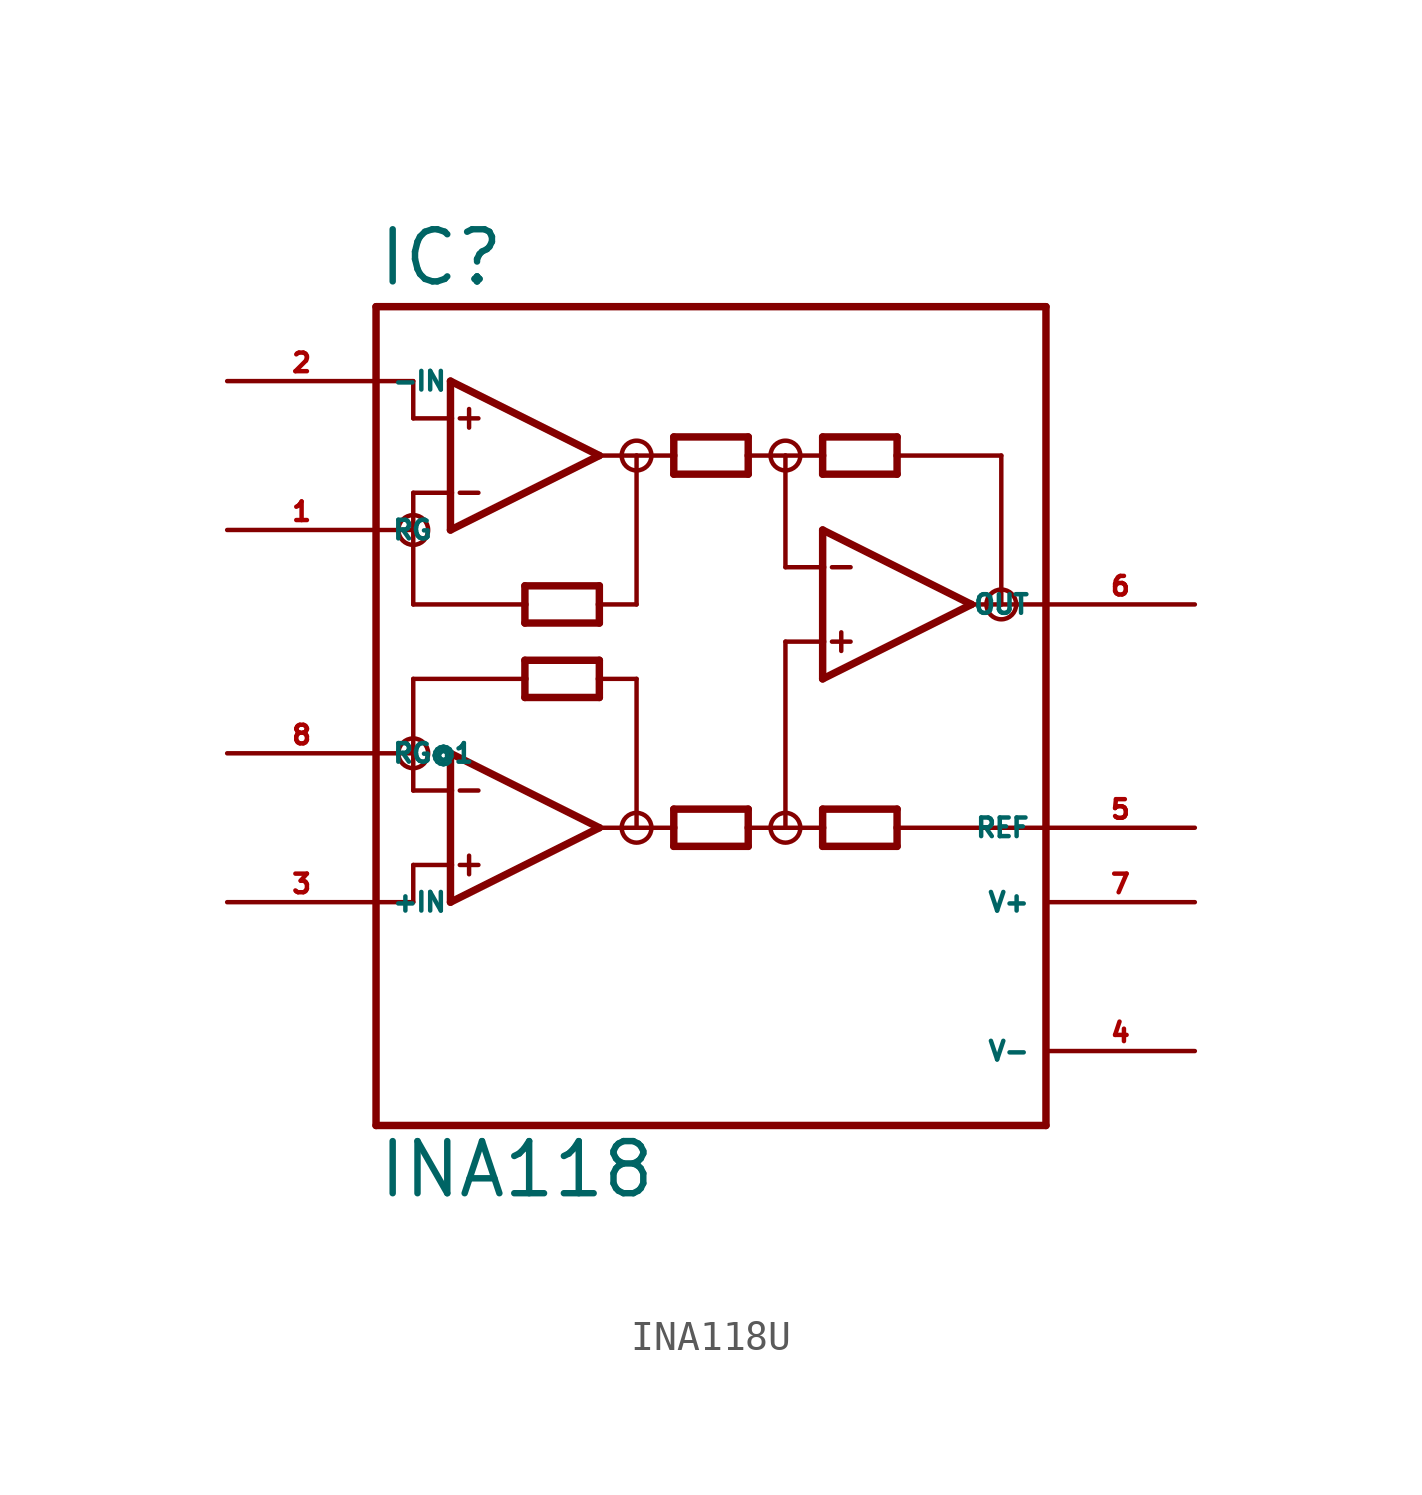
<source format=kicad_sym>
(kicad_symbol_lib
  (version 20220914)
  (generator Eagle2Kicad)
  (symbol "INA118U"
    (property "Reference" "IC"
      (at -12.7 15.875 0)
      (effects (font (size 1.778 1.778) (thickness 0.22)) (justify left bottom)))
    (property "Value" "INA118"
      (at -12.7 -15.24 0)
      (effects (font (size 1.778 1.778) (thickness 0.22)) (justify left bottom)))
    (polyline
      (pts (xy -10.16 7.62) (xy -10.16 8.89))
      (stroke (width 0.254) (type default))
      (fill (type none)))
    (polyline
      (pts (xy -10.16 8.89) (xy -10.16 11.43))
      (stroke (width 0.254) (type default))
      (fill (type none)))
    (polyline
      (pts (xy -10.16 11.43) (xy -10.16 12.7))
      (stroke (width 0.254) (type default))
      (fill (type none)))
    (polyline
      (pts (xy -10.16 12.7) (xy -5.08 10.16))
      (stroke (width 0.254) (type default))
      (fill (type none)))
    (polyline
      (pts (xy -5.08 10.16) (xy -10.16 7.62))
      (stroke (width 0.254) (type default))
      (fill (type none)))
    (polyline
      (pts (xy -5.08 4.445) (xy -5.08 5.08))
      (stroke (width 0.254) (type default))
      (fill (type none)))
    (polyline
      (pts (xy -5.08 5.08) (xy -5.08 5.715))
      (stroke (width 0.254) (type default))
      (fill (type none)))
    (polyline
      (pts (xy -5.08 5.715) (xy -7.62 5.715))
      (stroke (width 0.254) (type default))
      (fill (type none)))
    (polyline
      (pts (xy -7.62 5.715) (xy -7.62 5.08))
      (stroke (width 0.254) (type default))
      (fill (type none)))
    (polyline
      (pts (xy -7.62 5.08) (xy -7.62 4.445))
      (stroke (width 0.254) (type default))
      (fill (type none)))
    (polyline
      (pts (xy -7.62 4.445) (xy -5.08 4.445))
      (stroke (width 0.254) (type default))
      (fill (type none)))
    (polyline
      (pts (xy -2.54 9.525) (xy -2.54 10.16))
      (stroke (width 0.254) (type default))
      (fill (type none)))
    (polyline
      (pts (xy -2.54 10.16) (xy -2.54 10.795))
      (stroke (width 0.254) (type default))
      (fill (type none)))
    (polyline
      (pts (xy -2.54 10.795) (xy 0 10.795))
      (stroke (width 0.254) (type default))
      (fill (type none)))
    (polyline
      (pts (xy 0 10.795) (xy 0 10.16))
      (stroke (width 0.254) (type default))
      (fill (type none)))
    (polyline
      (pts (xy 0 10.16) (xy 0 9.525))
      (stroke (width 0.254) (type default))
      (fill (type none)))
    (polyline
      (pts (xy 0 9.525) (xy -2.54 9.525))
      (stroke (width 0.254) (type default))
      (fill (type none)))
    (polyline
      (pts (xy -10.16 11.43) (xy -11.43 11.43))
      (stroke (width 0.152) (type default))
      (fill (type none)))
    (polyline
      (pts (xy 5.08 10.795) (xy 5.08 10.16))
      (stroke (width 0.254) (type default))
      (fill (type none)))
    (polyline
      (pts (xy 5.08 10.16) (xy 5.08 9.525))
      (stroke (width 0.254) (type default))
      (fill (type none)))
    (polyline
      (pts (xy 5.08 9.525) (xy 2.54 9.525))
      (stroke (width 0.254) (type default))
      (fill (type none)))
    (polyline
      (pts (xy 2.54 9.525) (xy 2.54 10.16))
      (stroke (width 0.254) (type default))
      (fill (type none)))
    (polyline
      (pts (xy 2.54 10.16) (xy 2.54 10.795))
      (stroke (width 0.254) (type default))
      (fill (type none)))
    (polyline
      (pts (xy 2.54 10.795) (xy 5.08 10.795))
      (stroke (width 0.254) (type default))
      (fill (type none)))
    (polyline
      (pts (xy 2.54 -1.905) (xy 2.54 -2.54))
      (stroke (width 0.254) (type default))
      (fill (type none)))
    (polyline
      (pts (xy 2.54 -2.54) (xy 2.54 -3.175))
      (stroke (width 0.254) (type default))
      (fill (type none)))
    (polyline
      (pts (xy 2.54 -3.175) (xy 5.08 -3.175))
      (stroke (width 0.254) (type default))
      (fill (type none)))
    (polyline
      (pts (xy 5.08 -3.175) (xy 5.08 -2.54))
      (stroke (width 0.254) (type default))
      (fill (type none)))
    (polyline
      (pts (xy 5.08 -2.54) (xy 5.08 -1.905))
      (stroke (width 0.254) (type default))
      (fill (type none)))
    (polyline
      (pts (xy 5.08 -1.905) (xy 2.54 -1.905))
      (stroke (width 0.254) (type default))
      (fill (type none)))
    (polyline
      (pts (xy -10.16 8.89) (xy -11.43 8.89))
      (stroke (width 0.152) (type default))
      (fill (type none)))
    (polyline
      (pts (xy -9.842 11.43) (xy -9.207 11.43))
      (stroke (width 0.152) (type default))
      (fill (type none)))
    (polyline
      (pts (xy -9.842 8.89) (xy -9.207 8.89))
      (stroke (width 0.152) (type default))
      (fill (type none)))
    (polyline
      (pts (xy -9.525 11.748) (xy -9.525 11.113))
      (stroke (width 0.152) (type default))
      (fill (type none)))
    (polyline
      (pts (xy -12.7 -12.7) (xy 10.16 -12.7))
      (stroke (width 0.254) (type default))
      (fill (type none)))
    (polyline
      (pts (xy 10.16 -12.7) (xy 10.16 -2.54))
      (stroke (width 0.254) (type default))
      (fill (type none)))
    (polyline
      (pts (xy 10.16 -2.54) (xy 10.16 5.08))
      (stroke (width 0.254) (type default))
      (fill (type none)))
    (polyline
      (pts (xy 10.16 5.08) (xy 10.16 15.24))
      (stroke (width 0.254) (type default))
      (fill (type none)))
    (polyline
      (pts (xy 10.16 15.24) (xy -12.7 15.24))
      (stroke (width 0.254) (type default))
      (fill (type none)))
    (polyline
      (pts (xy -12.7 15.24) (xy -12.7 12.7))
      (stroke (width 0.254) (type default))
      (fill (type none)))
    (polyline
      (pts (xy -12.7 12.7) (xy -12.7 7.62))
      (stroke (width 0.254) (type default))
      (fill (type none)))
    (polyline
      (pts (xy -12.7 7.62) (xy -12.7 0))
      (stroke (width 0.254) (type default))
      (fill (type none)))
    (polyline
      (pts (xy -12.7 0) (xy -12.7 -5.08))
      (stroke (width 0.254) (type default))
      (fill (type none)))
    (polyline
      (pts (xy -12.7 -5.08) (xy -12.7 -12.7))
      (stroke (width 0.254) (type default))
      (fill (type none)))
    (polyline
      (pts (xy -10.16 -5.08) (xy -10.16 -3.81))
      (stroke (width 0.254) (type default))
      (fill (type none)))
    (polyline
      (pts (xy -10.16 -3.81) (xy -10.16 -1.27))
      (stroke (width 0.254) (type default))
      (fill (type none)))
    (polyline
      (pts (xy -10.16 -1.27) (xy -10.16 0))
      (stroke (width 0.254) (type default))
      (fill (type none)))
    (polyline
      (pts (xy -10.16 0) (xy -5.08 -2.54))
      (stroke (width 0.254) (type default))
      (fill (type none)))
    (polyline
      (pts (xy -5.08 -2.54) (xy -10.16 -5.08))
      (stroke (width 0.254) (type default))
      (fill (type none)))
    (polyline
      (pts (xy 0 -3.175) (xy 0 -2.54))
      (stroke (width 0.254) (type default))
      (fill (type none)))
    (polyline
      (pts (xy 0 -2.54) (xy 0 -1.905))
      (stroke (width 0.254) (type default))
      (fill (type none)))
    (polyline
      (pts (xy 0 -1.905) (xy -2.54 -1.905))
      (stroke (width 0.254) (type default))
      (fill (type none)))
    (polyline
      (pts (xy -2.54 -1.905) (xy -2.54 -2.54))
      (stroke (width 0.254) (type default))
      (fill (type none)))
    (polyline
      (pts (xy -2.54 -2.54) (xy -2.54 -3.175))
      (stroke (width 0.254) (type default))
      (fill (type none)))
    (polyline
      (pts (xy -2.54 -3.175) (xy 0 -3.175))
      (stroke (width 0.254) (type default))
      (fill (type none)))
    (polyline
      (pts (xy -7.62 1.905) (xy -7.62 2.54))
      (stroke (width 0.254) (type default))
      (fill (type none)))
    (polyline
      (pts (xy -7.62 2.54) (xy -7.62 3.175))
      (stroke (width 0.254) (type default))
      (fill (type none)))
    (polyline
      (pts (xy -7.62 3.175) (xy -5.08 3.175))
      (stroke (width 0.254) (type default))
      (fill (type none)))
    (polyline
      (pts (xy -5.08 3.175) (xy -5.08 2.54))
      (stroke (width 0.254) (type default))
      (fill (type none)))
    (polyline
      (pts (xy -5.08 2.54) (xy -5.08 1.905))
      (stroke (width 0.254) (type default))
      (fill (type none)))
    (polyline
      (pts (xy -5.08 1.905) (xy -7.62 1.905))
      (stroke (width 0.254) (type default))
      (fill (type none)))
    (polyline
      (pts (xy -10.16 -1.27) (xy -11.43 -1.27))
      (stroke (width 0.152) (type default))
      (fill (type none)))
    (polyline
      (pts (xy -10.16 -3.81) (xy -11.43 -3.81))
      (stroke (width 0.152) (type default))
      (fill (type none)))
    (polyline
      (pts (xy -9.842 -1.27) (xy -9.207 -1.27))
      (stroke (width 0.152) (type default))
      (fill (type none)))
    (polyline
      (pts (xy -9.842 -3.81) (xy -9.207 -3.81))
      (stroke (width 0.152) (type default))
      (fill (type none)))
    (polyline
      (pts (xy -9.525 -3.493) (xy -9.525 -4.128))
      (stroke (width 0.152) (type default))
      (fill (type none)))
    (polyline
      (pts (xy -11.43 11.43) (xy -11.43 12.7))
      (stroke (width 0.152) (type default))
      (fill (type none)))
    (polyline
      (pts (xy -11.43 12.7) (xy -12.7 12.7))
      (stroke (width 0.152) (type default))
      (fill (type none)))
    (polyline
      (pts (xy -11.43 8.89) (xy -11.43 7.62))
      (stroke (width 0.152) (type default))
      (fill (type none)))
    (polyline
      (pts (xy -11.43 7.62) (xy -12.7 7.62))
      (stroke (width 0.152) (type default))
      (fill (type none)))
    (polyline
      (pts (xy 2.54 2.54) (xy 2.54 3.81))
      (stroke (width 0.254) (type default))
      (fill (type none)))
    (polyline
      (pts (xy 2.54 3.81) (xy 2.54 6.35))
      (stroke (width 0.254) (type default))
      (fill (type none)))
    (polyline
      (pts (xy 2.54 6.35) (xy 2.54 7.62))
      (stroke (width 0.254) (type default))
      (fill (type none)))
    (polyline
      (pts (xy 2.54 7.62) (xy 7.62 5.08))
      (stroke (width 0.254) (type default))
      (fill (type none)))
    (polyline
      (pts (xy 7.62 5.08) (xy 2.54 2.54))
      (stroke (width 0.254) (type default))
      (fill (type none)))
    (polyline
      (pts (xy 2.54 3.81) (xy 1.27 3.81))
      (stroke (width 0.152) (type default))
      (fill (type none)))
    (polyline
      (pts (xy 2.857 6.35) (xy 3.493 6.35))
      (stroke (width 0.152) (type default))
      (fill (type none)))
    (polyline
      (pts (xy 2.857 3.81) (xy 3.493 3.81))
      (stroke (width 0.152) (type default))
      (fill (type none)))
    (polyline
      (pts (xy 3.175 4.128) (xy 3.175 3.493))
      (stroke (width 0.152) (type default))
      (fill (type none)))
    (polyline
      (pts (xy -5.08 10.16) (xy -3.81 10.16))
      (stroke (width 0.152) (type default))
      (fill (type none)))
    (polyline
      (pts (xy -3.81 10.16) (xy -2.54 10.16))
      (stroke (width 0.152) (type default))
      (fill (type none)))
    (polyline
      (pts (xy 0 10.16) (xy 1.27 10.16))
      (stroke (width 0.152) (type default))
      (fill (type none)))
    (polyline
      (pts (xy 1.27 10.16) (xy 2.54 10.16))
      (stroke (width 0.152) (type default))
      (fill (type none)))
    (polyline
      (pts (xy 7.62 5.08) (xy 8.636 5.08))
      (stroke (width 0.152) (type default))
      (fill (type none)))
    (polyline
      (pts (xy 8.636 5.08) (xy 8.636 10.16))
      (stroke (width 0.152) (type default))
      (fill (type none)))
    (polyline
      (pts (xy 8.636 10.16) (xy 5.08 10.16))
      (stroke (width 0.152) (type default))
      (fill (type none)))
    (polyline
      (pts (xy 8.636 5.08) (xy 10.16 5.08))
      (stroke (width 0.152) (type default))
      (fill (type none)))
    (polyline
      (pts (xy -11.43 7.62) (xy -11.43 5.08))
      (stroke (width 0.152) (type default))
      (fill (type none)))
    (polyline
      (pts (xy -11.43 5.08) (xy -7.62 5.08))
      (stroke (width 0.152) (type default))
      (fill (type none)))
    (polyline
      (pts (xy -3.81 10.16) (xy -3.81 5.08))
      (stroke (width 0.152) (type default))
      (fill (type none)))
    (polyline
      (pts (xy -3.81 5.08) (xy -5.08 5.08))
      (stroke (width 0.152) (type default))
      (fill (type none)))
    (polyline
      (pts (xy 1.27 10.16) (xy 1.27 6.35))
      (stroke (width 0.152) (type default))
      (fill (type none)))
    (polyline
      (pts (xy 1.27 6.35) (xy 2.54 6.35))
      (stroke (width 0.152) (type default))
      (fill (type none)))
    (polyline
      (pts (xy -7.62 2.54) (xy -11.43 2.54))
      (stroke (width 0.152) (type default))
      (fill (type none)))
    (polyline
      (pts (xy -11.43 2.54) (xy -11.43 0))
      (stroke (width 0.152) (type default))
      (fill (type none)))
    (polyline
      (pts (xy -11.43 0) (xy -11.43 -1.27))
      (stroke (width 0.152) (type default))
      (fill (type none)))
    (polyline
      (pts (xy -5.08 2.54) (xy -3.81 2.54))
      (stroke (width 0.152) (type default))
      (fill (type none)))
    (polyline
      (pts (xy -3.81 2.54) (xy -3.81 -2.54))
      (stroke (width 0.152) (type default))
      (fill (type none)))
    (polyline
      (pts (xy -3.81 -2.54) (xy -5.08 -2.54))
      (stroke (width 0.152) (type default))
      (fill (type none)))
    (polyline
      (pts (xy -3.81 -2.54) (xy -2.54 -2.54))
      (stroke (width 0.152) (type default))
      (fill (type none)))
    (polyline
      (pts (xy 0 -2.54) (xy 1.27 -2.54))
      (stroke (width 0.152) (type default))
      (fill (type none)))
    (polyline
      (pts (xy 1.27 -2.54) (xy 2.54 -2.54))
      (stroke (width 0.152) (type default))
      (fill (type none)))
    (polyline
      (pts (xy -11.43 -3.81) (xy -11.43 -5.08))
      (stroke (width 0.152) (type default))
      (fill (type none)))
    (polyline
      (pts (xy -11.43 -5.08) (xy -12.7 -5.08))
      (stroke (width 0.152) (type default))
      (fill (type none)))
    (polyline
      (pts (xy -12.7 0) (xy -11.43 0))
      (stroke (width 0.152) (type default))
      (fill (type none)))
    (polyline
      (pts (xy 1.27 3.81) (xy 1.27 -2.54))
      (stroke (width 0.152) (type default))
      (fill (type none)))
    (polyline
      (pts (xy 5.08 -2.54) (xy 10.16 -2.54))
      (stroke (width 0.152) (type default))
      (fill (type none)))
    (circle
      (center -11.43 7.62)
      (radius 0.508)
      (stroke (width 0) (type default))
      (fill (type none)))
    (circle
      (center -11.43 0)
      (radius 0.508)
      (stroke (width 0) (type default))
      (fill (type none)))
    (circle
      (center -3.81 -2.54)
      (radius 0.508)
      (stroke (width 0) (type default))
      (fill (type none)))
    (circle
      (center 1.27 -2.54)
      (radius 0.508)
      (stroke (width 0) (type default))
      (fill (type none)))
    (circle
      (center -3.81 10.16)
      (radius 0.508)
      (stroke (width 0) (type default))
      (fill (type none)))
    (circle
      (center 1.27 10.16)
      (radius 0.508)
      (stroke (width 0) (type default))
      (fill (type none)))
    (circle
      (center 8.636 5.08)
      (radius 0.508)
      (stroke (width 0) (type default))
      (fill (type none)))
    (pin input line
      (at -17.78 12.7 0)
      (length 5.08)
      (name "-IN" (effects (font (size 0.635 0.635) (thickness 0.08)) (justify left bottom)))
      (number "2" (effects (font (size 0.635 0.635) (thickness 0.08)) (justify left bottom))))
    (pin passive line
      (at -17.78 7.62 0)
      (length 5.08)
      (name "RG" (effects (font (size 0.635 0.635) (thickness 0.08)) (justify left bottom)))
      (number "1" (effects (font (size 0.635 0.635) (thickness 0.08)) (justify left bottom))))
    (pin output line
      (at 15.24 5.08 180)
      (length 5.08)
      (name "OUT" (effects (font (size 0.635 0.635) (thickness 0.08)) (justify left bottom)))
      (number "6" (effects (font (size 0.635 0.635) (thickness 0.08)) (justify left bottom))))
    (pin unspecified line
      (at 15.24 -5.08 180)
      (length 5.08)
      (name "V+" (effects (font (size 0.635 0.635) (thickness 0.08)) (justify left bottom)))
      (number "7" (effects (font (size 0.635 0.635) (thickness 0.08)) (justify left bottom))))
    (pin unspecified line
      (at 15.24 -10.16 180)
      (length 5.08)
      (name "V-" (effects (font (size 0.635 0.635) (thickness 0.08)) (justify left bottom)))
      (number "4" (effects (font (size 0.635 0.635) (thickness 0.08)) (justify left bottom))))
    (pin passive line
      (at -17.78 0 0)
      (length 5.08)
      (name "RG@1" (effects (font (size 0.635 0.635) (thickness 0.08)) (justify left bottom)))
      (number "8" (effects (font (size 0.635 0.635) (thickness 0.08)) (justify left bottom))))
    (pin input line
      (at -17.78 -5.08 0)
      (length 5.08)
      (name "+IN" (effects (font (size 0.635 0.635) (thickness 0.08)) (justify left bottom)))
      (number "3" (effects (font (size 0.635 0.635) (thickness 0.08)) (justify left bottom))))
    (pin passive line
      (at 15.24 -2.54 180)
      (length 5.08)
      (name "REF" (effects (font (size 0.635 0.635) (thickness 0.08)) (justify left bottom)))
      (number "5" (effects (font (size 0.635 0.635) (thickness 0.08)) (justify left bottom))))))
</source>
